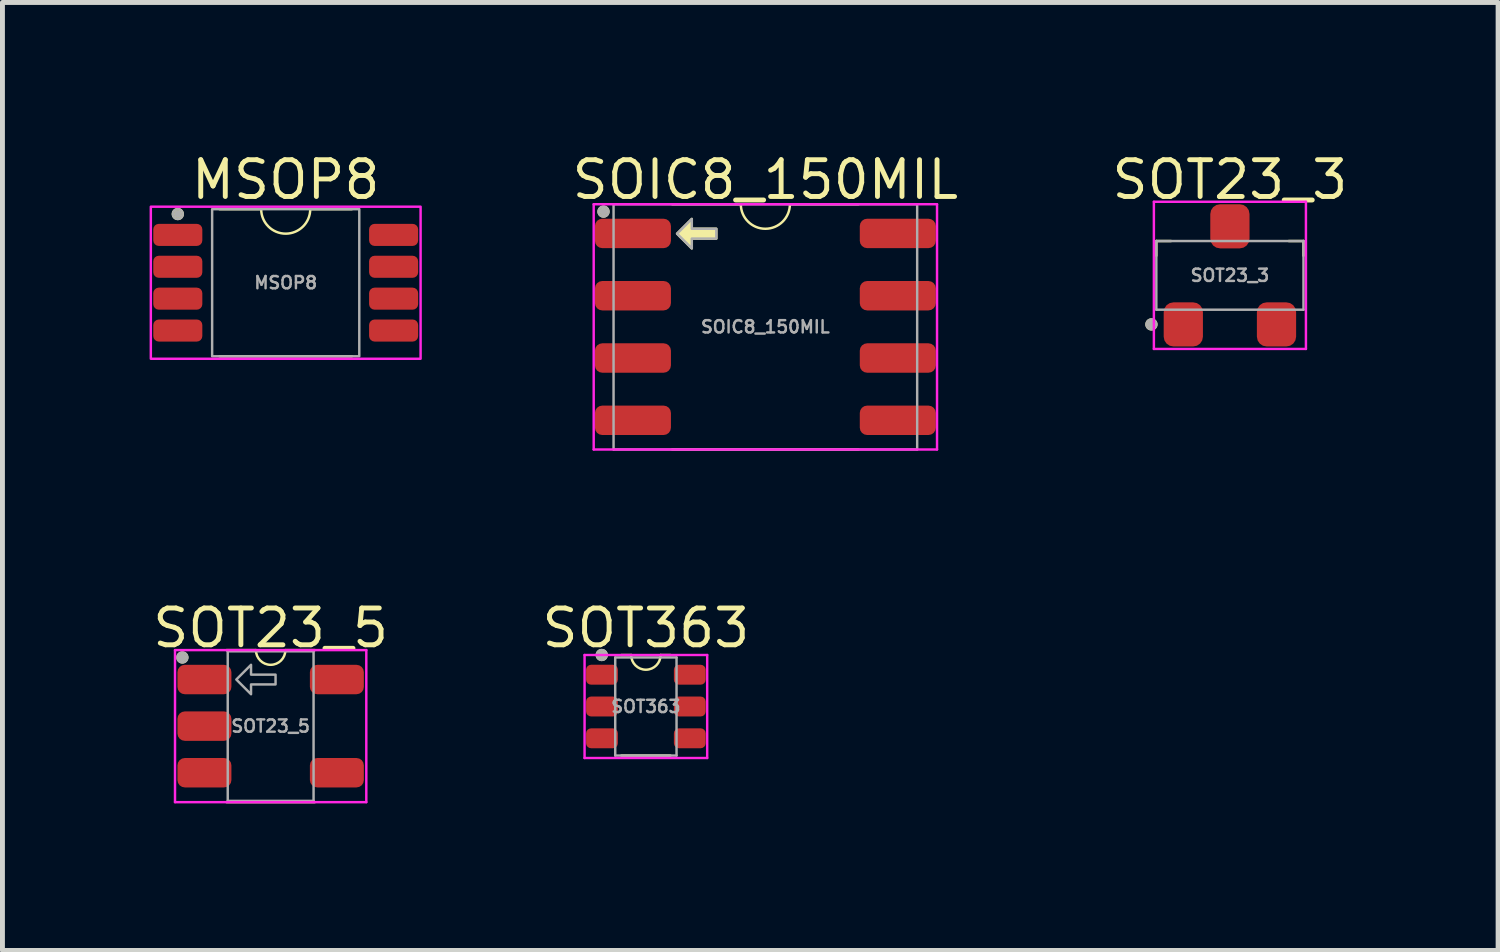
<source format=kicad_pcb>
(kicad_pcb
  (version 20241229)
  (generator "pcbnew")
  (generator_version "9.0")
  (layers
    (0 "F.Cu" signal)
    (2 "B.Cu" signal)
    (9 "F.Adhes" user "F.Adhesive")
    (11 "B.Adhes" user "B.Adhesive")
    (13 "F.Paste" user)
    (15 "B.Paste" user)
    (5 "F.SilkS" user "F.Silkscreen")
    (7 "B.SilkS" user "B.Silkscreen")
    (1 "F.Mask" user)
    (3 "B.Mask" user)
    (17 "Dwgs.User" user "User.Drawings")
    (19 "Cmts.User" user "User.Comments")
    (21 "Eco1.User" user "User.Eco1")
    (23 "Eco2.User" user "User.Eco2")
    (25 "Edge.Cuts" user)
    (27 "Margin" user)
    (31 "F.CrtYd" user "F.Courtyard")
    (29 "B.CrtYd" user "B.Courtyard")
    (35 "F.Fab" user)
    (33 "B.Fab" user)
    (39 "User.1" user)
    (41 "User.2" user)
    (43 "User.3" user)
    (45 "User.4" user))
  (footprint "SOT23_3"
    (layer "F.Cu")
    (at 22.025 2.564)
    (property "Reference" "SOT23_3" (at 0 -1.95 0) (unlocked yes) (layer "F.SilkS") (effects (font (size 0.75 0.75) (thickness 0.1))))
    (attr smd)
    (fp_line (start -1.5 -0.7) (end -1.5 -0.4) (stroke (width 0.05) (type solid)) (layer "F.SilkS"))
    (fp_line (start -1.5 -0.7) (end -1.2 -0.7) (stroke (width 0.05) (type solid)) (layer "F.SilkS"))
    (fp_line (start 1.5 -0.7) (end 1.2 -0.7) (stroke (width 0.05) (type solid)) (layer "F.SilkS"))
    (fp_line (start 1.5 -0.7) (end 1.5 -0.4) (stroke (width 0.05) (type solid)) (layer "F.SilkS"))
    (fp_circle (center -1.6 1) (end -1.6 1) (stroke (width 0.05) (type solid)) (fill no) (layer "F.SilkS"))
    (fp_circle (center -1.6 1) (end -1.55 1) (stroke (width 0.05) (type solid)) (fill no) (layer "F.SilkS"))
    (fp_circle (center -1.6 1) (end -1.5 1) (stroke (width 0.05) (type solid)) (fill no) (layer "F.SilkS"))
    (fp_line (start -1.55 -1.5) (end 1.55 -1.5) (stroke (width 0.05) (type solid)) (layer "F.CrtYd"))
    (fp_line (start -1.55 1.5) (end -1.55 -1.5) (stroke (width 0.05) (type solid)) (layer "F.CrtYd"))
    (fp_line (start 1.55 -1.5) (end 1.55 1.5) (stroke (width 0.05) (type solid)) (layer "F.CrtYd"))
    (fp_line (start 1.55 1.5) (end -1.55 1.5) (stroke (width 0.05) (type solid)) (layer "F.CrtYd"))
    (fp_line (start -1.5 -0.7) (end 1.5 -0.7) (stroke (width 0.05) (type solid)) (layer "F.Fab"))
    (fp_line (start -1.5 0.7) (end -1.5 -0.7) (stroke (width 0.05) (type solid)) (layer "F.Fab"))
    (fp_line (start -1.5 0.7) (end 1.5 0.7) (stroke (width 0.05) (type solid)) (layer "F.Fab"))
    (fp_line (start 1.5 0.7) (end 1.5 -0.7) (stroke (width 0.05) (type solid)) (layer "F.Fab"))
    (fp_circle (center -1.6 1) (end -1.6 1) (stroke (width 0.05) (type solid)) (fill no) (layer "F.Fab"))
    (fp_circle (center -1.6 1) (end -1.55 1) (stroke (width 0.05) (type solid)) (fill no) (layer "F.Fab"))
    (fp_circle (center -1.6 1) (end -1.5 1) (stroke (width 0.05) (type solid)) (fill no) (layer "F.Fab"))
    (fp_text user "${REFERENCE}" (at 0 0 0) (unlocked yes) (layer "F.Fab") (effects (font (size 0.25 0.25) (thickness 0.05))))
    (pad "1" smd roundrect (at -0.95 1) (size 0.8 0.9) (layers "F.Cu" "F.Mask" "F.Paste") (roundrect_rratio 0.25))
    (pad "2" smd roundrect (at 0.95 1) (size 0.8 0.9) (layers "F.Cu" "F.Mask" "F.Paste") (roundrect_rratio 0.25))
    (pad "3" smd roundrect (at 0 -1) (size 0.8 0.9) (layers "F.Cu" "F.Mask" "F.Paste") (roundrect_rratio 0.25)))
  (footprint "SOT23_5"
    (layer "F.Cu")
    (at 2.468 11.754)
    (property "Reference" "SOT23_5" (at 0 -2 0) (unlocked yes) (layer "F.SilkS") (effects (font (size 0.75 0.75) (thickness 0.1))))
    (attr smd)
    (fp_line (start -0.9 -1.55) (end -0.3 -1.55) (stroke (width 0.05) (type solid)) (layer "F.SilkS"))
    (fp_line (start -0.9 1.55) (end 0.9 1.55) (stroke (width 0.05) (type solid)) (layer "F.SilkS"))
    (fp_line (start 0.3 -1.55) (end 0.9 -1.55) (stroke (width 0.05) (type solid)) (layer "F.SilkS"))
    (fp_arc (start 0.3 -1.55) (mid 0 -1.25) (end -0.3 -1.55) (stroke (width 0.05) (type solid)) (layer "F.SilkS"))
    (fp_circle (center -1.8 -1.4) (end -1.8 -1.4) (stroke (width 0.05) (type solid)) (fill no) (layer "F.SilkS"))
    (fp_circle (center -1.8 -1.4) (end -1.75 -1.4) (stroke (width 0.05) (type solid)) (fill no) (layer "F.SilkS"))
    (fp_circle (center -1.8 -1.4) (end -1.7 -1.4) (stroke (width 0.05) (type solid)) (fill no) (layer "F.SilkS"))
    (fp_line (start -1.95 -1.55) (end 1.95 -1.55) (stroke (width 0.05) (type solid)) (layer "F.CrtYd"))
    (fp_line (start -1.95 1.55) (end -1.95 -1.55) (stroke (width 0.05) (type solid)) (layer "F.CrtYd"))
    (fp_line (start 1.95 -1.55) (end 1.95 1.55) (stroke (width 0.05) (type solid)) (layer "F.CrtYd"))
    (fp_line (start 1.95 1.55) (end -1.95 1.55) (stroke (width 0.05) (type solid)) (layer "F.CrtYd"))
    (fp_line (start -0.875 -1.525) (end 0.875 -1.525) (stroke (width 0.05) (type solid)) (layer "F.Fab"))
    (fp_line (start -0.875 1.525) (end -0.875 -1.525) (stroke (width 0.05) (type solid)) (layer "F.Fab"))
    (fp_line (start -0.875 1.525) (end 0.875 1.525) (stroke (width 0.05) (type solid)) (layer "F.Fab"))
    (fp_line (start 0.875 -1.525) (end 0.875 1.525) (stroke (width 0.05) (type solid)) (layer "F.Fab"))
    (fp_circle (center -1.8 -1.4) (end -1.8 -1.4) (stroke (width 0.05) (type solid)) (fill no) (layer "F.Fab"))
    (fp_circle (center -1.8 -1.4) (end -1.75 -1.4) (stroke (width 0.05) (type solid)) (fill no) (layer "F.Fab"))
    (fp_circle (center -1.8 -1.4) (end -1.7 -1.4) (stroke (width 0.05) (type solid)) (fill no) (layer "F.Fab"))
    (fp_poly (pts (xy -0.4 -1.05) (xy 0.1 -1.05) (xy 0.1 -0.85) (xy -0.4 -0.85) (xy -0.4 -0.65) (xy -0.7 -0.95) (xy -0.4 -1.25)) (stroke (width 0.05) (type solid)) (fill no) (layer "F.Fab"))
    (fp_text user "${REFERENCE}" (at 0 0 0) (unlocked yes) (layer "F.Fab") (effects (font (size 0.25 0.25) (thickness 0.05))))
    (pad "1" smd roundrect (at -1.35 -0.95) (size 1.1 0.6) (layers "F.Cu" "F.Mask" "F.Paste") (roundrect_rratio 0.25))
    (pad "2" smd roundrect (at -1.35 0) (size 1.1 0.6) (layers "F.Cu" "F.Mask" "F.Paste") (roundrect_rratio 0.25))
    (pad "3" smd roundrect (at -1.35 0.95) (size 1.1 0.6) (layers "F.Cu" "F.Mask" "F.Paste") (roundrect_rratio 0.25))
    (pad "4" smd roundrect (at 1.35 0.95) (size 1.1 0.6) (layers "F.Cu" "F.Mask" "F.Paste") (roundrect_rratio 0.25))
    (pad "5" smd roundrect (at 1.35 -0.95) (size 1.1 0.6) (layers "F.Cu" "F.Mask" "F.Paste") (roundrect_rratio 0.25)))
  (footprint "SOIC8_150MIL"
    (layer "F.Cu")
    (at 12.554 3.614)
    (property "Reference" "SOIC8_150MIL" (at 0 -3 0) (unlocked yes) (layer "F.SilkS") (effects (font (size 0.75 0.75) (thickness 0.1))))
    (attr smd)
    (fp_line (start -1.9 -2.5) (end -0.5 -2.5) (stroke (width 0.05) (type solid)) (layer "F.SilkS"))
    (fp_line (start 0.5 -2.5) (end 1.9 -2.5) (stroke (width 0.05) (type solid)) (layer "F.SilkS"))
    (fp_line (start 1.9 2.5) (end -1.9 2.5) (stroke (width 0.05) (type solid)) (layer "F.SilkS"))
    (fp_arc (start 0.5 -2.5) (mid 0 -2) (end -0.5 -2.5) (stroke (width 0.05) (type solid)) (layer "F.SilkS"))
    (fp_circle (center -3.3 -2.35) (end -3.3 -2.35) (stroke (width 0.05) (type solid)) (fill no) (layer "F.SilkS"))
    (fp_circle (center -3.3 -2.35) (end -3.25 -2.35) (stroke (width 0.05) (type solid)) (fill no) (layer "F.SilkS"))
    (fp_circle (center -3.3 -2.35) (end -3.2 -2.35) (stroke (width 0.05) (type solid)) (fill no) (layer "F.SilkS"))
    (fp_poly (pts (xy -1.5 -2) (xy -1 -2) (xy -1 -1.8) (xy -1.5 -1.8) (xy -1.5 -1.6) (xy -1.8 -1.9) (xy -1.5 -2.2)) (stroke (width 0.05) (type solid)) (fill yes) (layer "F.SilkS"))
    (fp_line (start -3.5 -2.5) (end 3.5 -2.5) (stroke (width 0.05) (type solid)) (layer "F.CrtYd"))
    (fp_line (start -3.5 2.5) (end -3.5 -2.5) (stroke (width 0.05) (type solid)) (layer "F.CrtYd"))
    (fp_line (start 3.5 -2.5) (end 3.5 2.5) (stroke (width 0.05) (type solid)) (layer "F.CrtYd"))
    (fp_line (start 3.5 2.5) (end -3.5 2.5) (stroke (width 0.05) (type solid)) (layer "F.CrtYd"))
    (fp_line (start -3.095 -2.5) (end 3.095 -2.5) (stroke (width 0.05) (type solid)) (layer "F.Fab"))
    (fp_line (start -3.095 2.5) (end -3.095 -2.5) (stroke (width 0.05) (type solid)) (layer "F.Fab"))
    (fp_line (start -3.095 2.5) (end 3.095 2.5) (stroke (width 0.05) (type solid)) (layer "F.Fab"))
    (fp_line (start 3.095 -2.5) (end 3.095 2.5) (stroke (width 0.05) (type solid)) (layer "F.Fab"))
    (fp_circle (center -3.3 -2.35) (end -3.3 -2.35) (stroke (width 0.05) (type solid)) (fill no) (layer "F.Fab"))
    (fp_circle (center -3.3 -2.35) (end -3.25 -2.35) (stroke (width 0.05) (type solid)) (fill no) (layer "F.Fab"))
    (fp_circle (center -3.3 -2.35) (end -3.2 -2.35) (stroke (width 0.05) (type solid)) (fill no) (layer "F.Fab"))
    (fp_poly (pts (xy -1.5 -2) (xy -1 -2) (xy -1 -1.8) (xy -1.5 -1.8) (xy -1.5 -1.6) (xy -1.8 -1.9) (xy -1.5 -2.2)) (stroke (width 0.05) (type solid)) (fill no) (layer "F.Fab"))
    (fp_text user "${REFERENCE}" (at 0 0 0) (unlocked yes) (layer "F.Fab") (effects (font (size 0.25 0.25) (thickness 0.05))))
    (pad "1" smd roundrect (at -2.7 -1.905) (size 1.55 0.6) (layers "F.Cu" "F.Mask" "F.Paste") (roundrect_rratio 0.25))
    (pad "2" smd roundrect (at -2.7 -0.635) (size 1.55 0.6) (layers "F.Cu" "F.Mask" "F.Paste") (roundrect_rratio 0.25))
    (pad "3" smd roundrect (at -2.7 0.635) (size 1.55 0.6) (layers "F.Cu" "F.Mask" "F.Paste") (roundrect_rratio 0.25))
    (pad "4" smd roundrect (at -2.7 1.905) (size 1.55 0.6) (layers "F.Cu" "F.Mask" "F.Paste") (roundrect_rratio 0.25))
    (pad "5" smd roundrect (at 2.7 1.905) (size 1.55 0.6) (layers "F.Cu" "F.Mask" "F.Paste") (roundrect_rratio 0.25))
    (pad "6" smd roundrect (at 2.7 0.635) (size 1.55 0.6) (layers "F.Cu" "F.Mask" "F.Paste") (roundrect_rratio 0.25))
    (pad "7" smd roundrect (at 2.7 -0.635) (size 1.55 0.6) (layers "F.Cu" "F.Mask" "F.Paste") (roundrect_rratio 0.25))
    (pad "8" smd roundrect (at 2.7 -1.905) (size 1.55 0.6) (layers "F.Cu" "F.Mask" "F.Paste") (roundrect_rratio 0.25)))
  (footprint "MSOP8"
    (layer "F.Cu")
    (at 2.775 2.714)
    (property "Reference" "MSOP8" (at 0 -2.1 0) (unlocked yes) (layer "F.SilkS") (effects (font (size 0.75 0.75) (thickness 0.1))))
    (attr smd)
    (fp_line (start -1.35 -1.5) (end -0.5 -1.5) (stroke (width 0.05) (type solid)) (layer "F.SilkS"))
    (fp_line (start -1.35 1.5) (end 1.35 1.5) (stroke (width 0.05) (type solid)) (layer "F.SilkS"))
    (fp_line (start 0.5 -1.5) (end 1.35 -1.5) (stroke (width 0.05) (type solid)) (layer "F.SilkS"))
    (fp_arc (start 0.5 -1.5) (mid 0 -1) (end -0.5 -1.5) (stroke (width 0.05) (type solid)) (layer "F.SilkS"))
    (fp_circle (center -2.2 -1.4) (end -2.2 -1.4) (stroke (width 0.05) (type solid)) (fill no) (layer "F.SilkS"))
    (fp_circle (center -2.2 -1.4) (end -2.15 -1.4) (stroke (width 0.05) (type solid)) (fill no) (layer "F.SilkS"))
    (fp_circle (center -2.2 -1.4) (end -2.1 -1.4) (stroke (width 0.05) (type solid)) (fill no) (layer "F.SilkS"))
    (fp_rect (start -2.75 -1.55) (end 2.75 1.55) (stroke (width 0.05) (type solid)) (fill no) (layer "F.CrtYd"))
    (fp_rect (start -1.5 -1.5) (end 1.5 1.5) (stroke (width 0.05) (type solid)) (fill no) (layer "F.Fab"))
    (fp_circle (center -2.2 -1.4) (end -2.2 -1.4) (stroke (width 0.05) (type solid)) (fill no) (layer "F.Fab"))
    (fp_circle (center -2.2 -1.4) (end -2.15 -1.4) (stroke (width 0.05) (type solid)) (fill no) (layer "F.Fab"))
    (fp_circle (center -2.2 -1.4) (end -2.1 -1.4) (stroke (width 0.05) (type solid)) (fill no) (layer "F.Fab"))
    (fp_text user "${REFERENCE}" (at 0 0 0) (unlocked yes) (layer "F.Fab") (effects (font (size 0.25 0.25) (thickness 0.05))))
    (pad "1" smd roundrect (at -2.2 -0.975) (size 1 0.45) (layers "F.Cu" "F.Mask" "F.Paste") (roundrect_rratio 0.25))
    (pad "2" smd roundrect (at -2.2 -0.325) (size 1 0.45) (layers "F.Cu" "F.Mask" "F.Paste") (roundrect_rratio 0.25))
    (pad "3" smd roundrect (at -2.2 0.325) (size 1 0.45) (layers "F.Cu" "F.Mask" "F.Paste") (roundrect_rratio 0.25))
    (pad "4" smd roundrect (at -2.2 0.975) (size 1 0.45) (layers "F.Cu" "F.Mask" "F.Paste") (roundrect_rratio 0.25))
    (pad "5" smd roundrect (at 2.2 0.975) (size 1 0.45) (layers "F.Cu" "F.Mask" "F.Paste") (roundrect_rratio 0.25))
    (pad "6" smd roundrect (at 2.2 0.325) (size 1 0.45) (layers "F.Cu" "F.Mask" "F.Paste") (roundrect_rratio 0.25))
    (pad "7" smd roundrect (at 2.2 -0.325) (size 1 0.45) (layers "F.Cu" "F.Mask" "F.Paste") (roundrect_rratio 0.25))
    (pad "8" smd roundrect (at 2.2 -0.975) (size 1 0.45) (layers "F.Cu" "F.Mask" "F.Paste") (roundrect_rratio 0.25)))
  (footprint "SOT363"
    (layer "F.Cu")
    (at 10.118 11.354)
    (property "Reference" "SOT363" (at 0 -1.6 0) (unlocked yes) (layer "F.SilkS") (effects (font (size 0.75 0.75) (thickness 0.1))))
    (attr smd)
    (fp_line (start -0.5 -1.05) (end -0.3 -1.05) (stroke (width 0.05) (type solid)) (layer "F.SilkS"))
    (fp_line (start -0.5 1) (end 0.5 1) (stroke (width 0.05) (type solid)) (layer "F.SilkS"))
    (fp_line (start 0.5 -1.05) (end 0.3 -1.05) (stroke (width 0.05) (type solid)) (layer "F.SilkS"))
    (fp_arc (start 0.3 -1.05) (mid 0 -0.75) (end -0.3 -1.05) (stroke (width 0.05) (type solid)) (layer "F.SilkS"))
    (fp_circle (center -0.9 -1.05) (end -0.9 -1.05) (stroke (width 0.05) (type solid)) (fill no) (layer "F.SilkS"))
    (fp_circle (center -0.9 -1.05) (end -0.85 -1.05) (stroke (width 0.05) (type solid)) (fill no) (layer "F.SilkS"))
    (fp_circle (center -0.9 -1.05) (end -0.8 -1.05) (stroke (width 0.05) (type solid)) (fill no) (layer "F.SilkS"))
    (fp_line (start -1.25 -1.05) (end 1.25 -1.05) (stroke (width 0.05) (type solid)) (layer "F.CrtYd"))
    (fp_line (start -1.25 1.05) (end -1.25 -1.05) (stroke (width 0.05) (type solid)) (layer "F.CrtYd"))
    (fp_line (start 1.25 -1.05) (end 1.25 1.05) (stroke (width 0.05) (type solid)) (layer "F.CrtYd"))
    (fp_line (start 1.25 1.05) (end -1.25 1.05) (stroke (width 0.05) (type solid)) (layer "F.CrtYd"))
    (fp_line (start -0.625 1) (end -0.625 -1) (stroke (width 0.05) (type solid)) (layer "F.Fab"))
    (fp_line (start 0.625 -1) (end -0.625 -1) (stroke (width 0.05) (type solid)) (layer "F.Fab"))
    (fp_line (start 0.625 1) (end -0.625 1) (stroke (width 0.05) (type solid)) (layer "F.Fab"))
    (fp_line (start 0.625 1) (end 0.625 -1) (stroke (width 0.05) (type solid)) (layer "F.Fab"))
    (fp_circle (center -0.9 -1.05) (end -0.9 -1.05) (stroke (width 0.05) (type solid)) (fill no) (layer "F.Fab"))
    (fp_circle (center -0.9 -1.05) (end -0.85 -1.05) (stroke (width 0.05) (type solid)) (fill no) (layer "F.Fab"))
    (fp_circle (center -0.9 -1.05) (end -0.8 -1.05) (stroke (width 0.05) (type solid)) (fill no) (layer "F.Fab"))
    (fp_text user "${REFERENCE}" (at 0 0 0) (unlocked yes) (layer "F.Fab") (effects (font (size 0.25 0.25) (thickness 0.05))))
    (pad "1" smd roundrect (at -0.895 -0.648) (size 0.648 0.406) (layers "F.Cu" "F.Mask" "F.Paste") (roundrect_rratio 0.25))
    (pad "2" smd roundrect (at -0.895 0) (size 0.648 0.406) (layers "F.Cu" "F.Mask" "F.Paste") (roundrect_rratio 0.25))
    (pad "3" smd roundrect (at -0.895 0.648) (size 0.648 0.406) (layers "F.Cu" "F.Mask" "F.Paste") (roundrect_rratio 0.25))
    (pad "4" smd roundrect (at 0.895 0.648) (size 0.648 0.406) (layers "F.Cu" "F.Mask" "F.Paste") (roundrect_rratio 0.25))
    (pad "5" smd roundrect (at 0.895 0) (size 0.648 0.406) (layers "F.Cu" "F.Mask" "F.Paste") (roundrect_rratio 0.25))
    (pad "6" smd roundrect (at 0.895 -0.648) (size 0.648 0.406) (layers "F.Cu" "F.Mask" "F.Paste") (roundrect_rratio 0.25)))
  (gr_rect
    (start -3 -3)
    (end 27.493 16.328)
    (stroke (width 0.1) (type default))
    (fill no)
    (layer "Edge.Cuts")))
</source>
